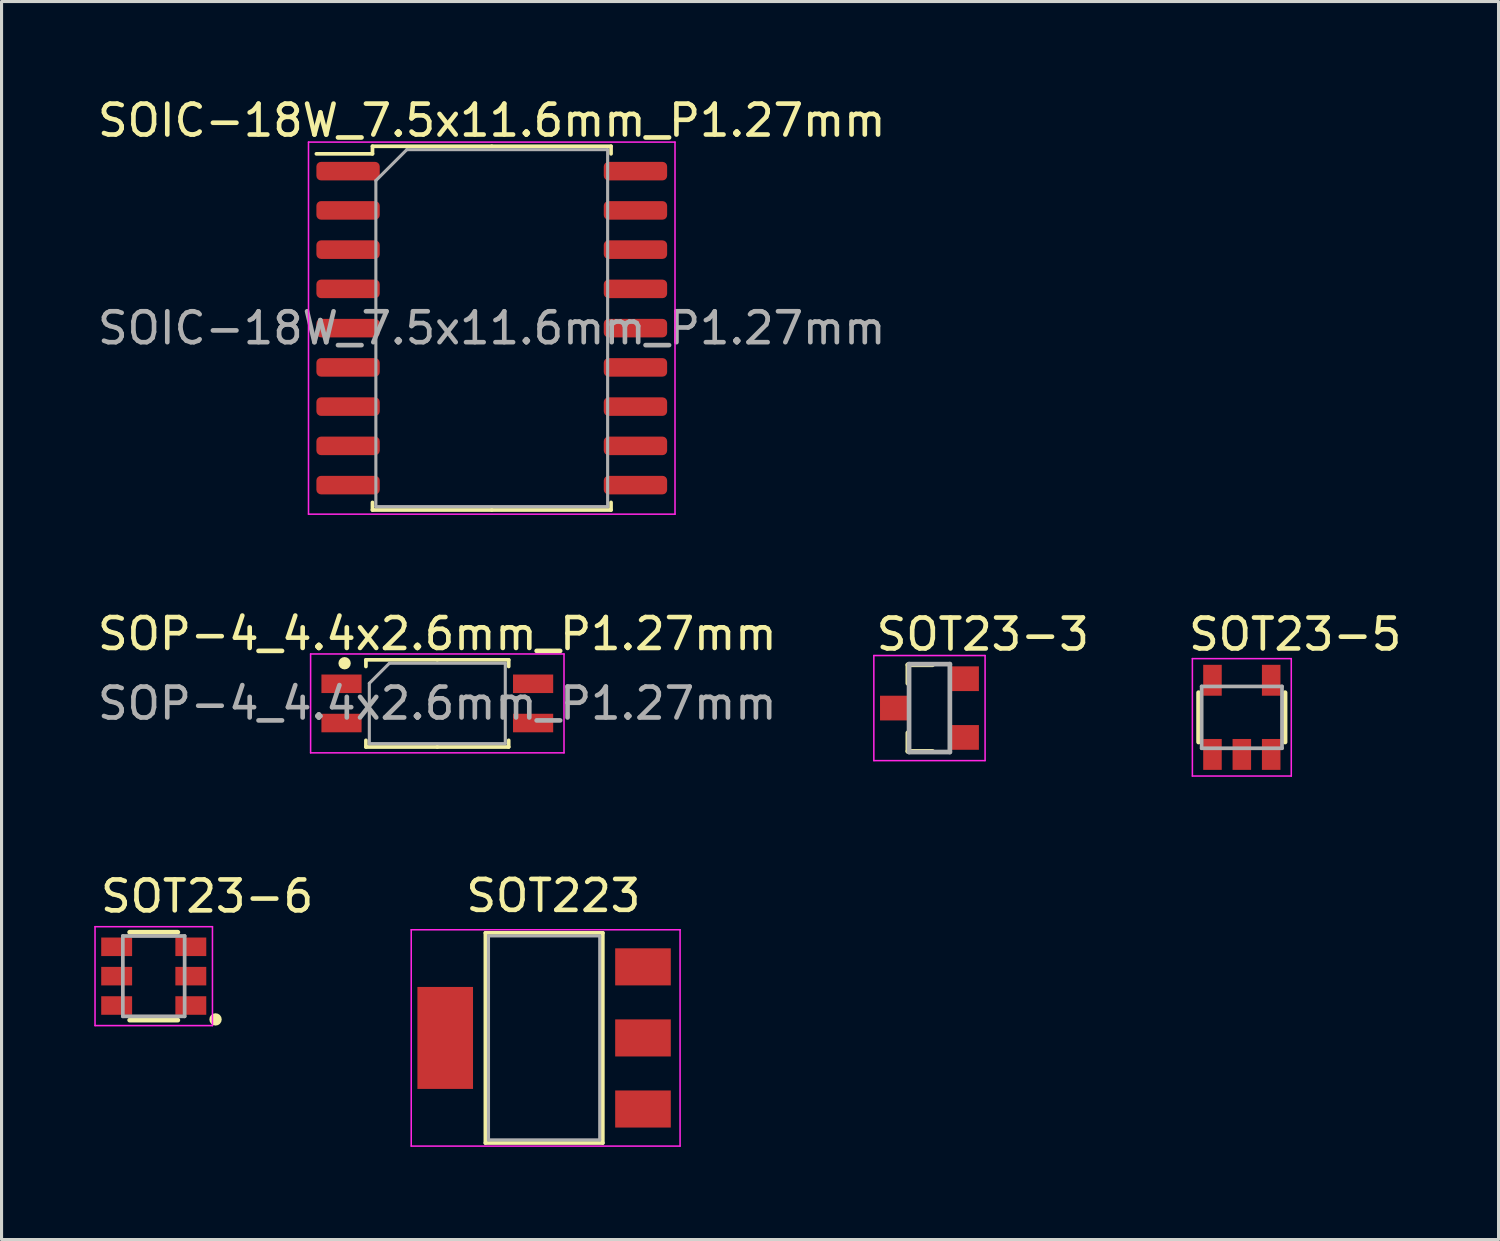
<source format=kicad_pcb>
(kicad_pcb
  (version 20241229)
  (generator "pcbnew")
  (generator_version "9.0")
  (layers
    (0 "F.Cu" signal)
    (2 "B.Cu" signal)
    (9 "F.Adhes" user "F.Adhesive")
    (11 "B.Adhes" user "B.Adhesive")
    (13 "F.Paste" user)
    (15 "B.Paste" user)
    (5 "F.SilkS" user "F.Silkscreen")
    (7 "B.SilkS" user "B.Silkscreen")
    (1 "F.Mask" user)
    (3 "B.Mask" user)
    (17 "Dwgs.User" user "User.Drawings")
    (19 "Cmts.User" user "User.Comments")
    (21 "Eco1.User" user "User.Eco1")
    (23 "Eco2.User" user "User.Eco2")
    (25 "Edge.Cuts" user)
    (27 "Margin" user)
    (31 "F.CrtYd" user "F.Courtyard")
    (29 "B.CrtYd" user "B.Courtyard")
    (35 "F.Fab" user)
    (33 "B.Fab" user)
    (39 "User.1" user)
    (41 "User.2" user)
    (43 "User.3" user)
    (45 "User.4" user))
  (footprint "SOP-4_4.4x2.6mm_P1.27mm"
    (layer "F.Cu")
    (at 11.101 19.712)
    (property "Reference" "SOP-4_4.4x2.6mm_P1.27mm" (at 0 -2.25 0) (layer "F.SilkS") (effects (font (size 1 1) (thickness 0.15))))
    (attr smd)
    (fp_line (start -2.31 -1.41) (end -2.31 -1.195) (stroke (width 0.12) (type solid)) (layer "F.SilkS"))
    (fp_line (start -2.31 1.41) (end -2.31 1.195) (stroke (width 0.12) (type solid)) (layer "F.SilkS"))
    (fp_line (start 0 -1.41) (end -2.31 -1.41) (stroke (width 0.12) (type solid)) (layer "F.SilkS"))
    (fp_line (start 0 -1.41) (end 2.31 -1.41) (stroke (width 0.12) (type solid)) (layer "F.SilkS"))
    (fp_line (start 0 1.41) (end -2.31 1.41) (stroke (width 0.12) (type solid)) (layer "F.SilkS"))
    (fp_line (start 0 1.41) (end 2.31 1.41) (stroke (width 0.12) (type solid)) (layer "F.SilkS"))
    (fp_line (start 2.31 -1.41) (end 2.31 -1.195) (stroke (width 0.12) (type solid)) (layer "F.SilkS"))
    (fp_line (start 2.31 1.41) (end 2.31 1.195) (stroke (width 0.12) (type solid)) (layer "F.SilkS"))
    (fp_circle (center -3 -1.3) (end -2.9 -1.3) (stroke (width 0.2) (type solid)) (fill no) (layer "F.SilkS"))
    (fp_line (start -4.1 -1.6) (end -4.1 1.6) (stroke (width 0.05) (type solid)) (layer "F.CrtYd"))
    (fp_line (start -4.1 1.6) (end 4.1 1.6) (stroke (width 0.05) (type solid)) (layer "F.CrtYd"))
    (fp_line (start 4.1 -1.6) (end -4.1 -1.6) (stroke (width 0.05) (type solid)) (layer "F.CrtYd"))
    (fp_line (start 4.1 1.6) (end 4.1 -1.6) (stroke (width 0.05) (type solid)) (layer "F.CrtYd"))
    (fp_line (start -2.2 -0.65) (end -1.55 -1.3) (stroke (width 0.1) (type solid)) (layer "F.Fab"))
    (fp_line (start -2.2 1.3) (end -2.2 -0.65) (stroke (width 0.1) (type solid)) (layer "F.Fab"))
    (fp_line (start -1.55 -1.3) (end 2.2 -1.3) (stroke (width 0.1) (type solid)) (layer "F.Fab"))
    (fp_line (start 2.2 -1.3) (end 2.2 1.3) (stroke (width 0.1) (type solid)) (layer "F.Fab"))
    (fp_line (start 2.2 1.3) (end -2.2 1.3) (stroke (width 0.1) (type solid)) (layer "F.Fab"))
    (fp_text user "${REFERENCE}" (at 0 0 0) (layer "F.Fab") (effects (font (size 1 1) (thickness 0.15))))
    (pad "1" smd rect (at -3.1 -0.635) (size 1.3 0.6) (layers "F.Cu" "F.Mask" "F.Paste"))
    (pad "2" smd rect (at -3.1 0.635) (size 1.3 0.6) (layers "F.Cu" "F.Mask" "F.Paste"))
    (pad "3" smd rect (at 3.1 0.635) (size 1.3 0.6) (layers "F.Cu" "F.Mask" "F.Paste"))
    (pad "4" smd rect (at 3.1 -0.635) (size 1.3 0.6) (layers "F.Cu" "F.Mask" "F.Paste")))
  (footprint "SOT23-5"
    (layer "F.Cu")
    (at 37.135 20.163)
    (property "Reference" "SOT23-5" (at -1.8 -2.1 180) (layer "F.SilkS") (effects (font (size 1 1) (thickness 0.15)) (justify left bottom)))
    (attr through_hole)
    (fp_line (start -1.4 0.8) (end -1.4 -0.8) (stroke (width 0.15) (type solid)) (layer "F.SilkS"))
    (fp_line (start 1.4 -0.8) (end 1.4 0.8) (stroke (width 0.15) (type solid)) (layer "F.SilkS"))
    (fp_line (start -1.6 -1.9) (end -1.6 1.9) (stroke (width 0.05) (type solid)) (layer "F.CrtYd"))
    (fp_line (start -1.6 -1.9) (end 1.6 -1.9) (stroke (width 0.05) (type solid)) (layer "F.CrtYd"))
    (fp_line (start 1.6 -1.9) (end 1.6 1.9) (stroke (width 0.05) (type solid)) (layer "F.CrtYd"))
    (fp_line (start 1.6 1.9) (end -1.6 1.9) (stroke (width 0.05) (type solid)) (layer "F.CrtYd"))
    (fp_line (start -1.3 -1) (end 1.3 -1) (stroke (width 0.12) (type solid)) (layer "F.Fab"))
    (fp_line (start -1.3 1) (end -1.3 -1) (stroke (width 0.12) (type solid)) (layer "F.Fab"))
    (fp_line (start 1.3 -1) (end 1.3 1) (stroke (width 0.12) (type solid)) (layer "F.Fab"))
    (fp_line (start 1.3 1) (end -1.3 1) (stroke (width 0.12) (type solid)) (layer "F.Fab"))
    (pad "1" smd rect (at -0.95 1.2) (size 0.6 1) (layers "F.Cu" "F.Mask" "F.Paste"))
    (pad "2" smd rect (at 0 1.2) (size 0.6 1) (layers "F.Cu" "F.Mask" "F.Paste"))
    (pad "3" smd rect (at 0.95 1.2) (size 0.6 1) (layers "F.Cu" "F.Mask" "F.Paste"))
    (pad "4" smd rect (at 0.95 -1.2) (size 0.6 1) (layers "F.Cu" "F.Mask" "F.Paste"))
    (pad "5" smd rect (at -0.95 -1.2) (size 0.6 1) (layers "F.Cu" "F.Mask" "F.Paste")))
  (footprint "SOT23-3"
    (layer "F.Cu")
    (at 27.027 19.863)
    (property "Reference" "SOT23-3" (at -1.8 -1.8 180) (layer "F.SilkS") (effects (font (size 1 1) (thickness 0.15)) (justify left bottom)))
    (attr smd)
    (fp_line (start -0.7 -1.4) (end 0.1 -1.4) (stroke (width 0.15) (type solid)) (layer "F.SilkS"))
    (fp_line (start -0.7 -0.8) (end -0.7 -1.4) (stroke (width 0.15) (type solid)) (layer "F.SilkS"))
    (fp_line (start -0.7 0.8) (end -0.7 1.4) (stroke (width 0.15) (type solid)) (layer "F.SilkS"))
    (fp_line (start -0.7 1.4) (end 0.1 1.4) (stroke (width 0.15) (type solid)) (layer "F.SilkS"))
    (fp_line (start -1.8 -1.7) (end 1.8 -1.7) (stroke (width 0.05) (type solid)) (layer "F.CrtYd"))
    (fp_line (start -1.8 1.7) (end -1.8 -1.7) (stroke (width 0.05) (type solid)) (layer "F.CrtYd"))
    (fp_line (start 1.8 -1.7) (end 1.8 1.7) (stroke (width 0.05) (type solid)) (layer "F.CrtYd"))
    (fp_line (start 1.8 1.7) (end -1.8 1.7) (stroke (width 0.05) (type solid)) (layer "F.CrtYd"))
    (fp_line (start -0.66 -1.422) (end 0.66 -1.422) (stroke (width 0.152) (type solid)) (layer "F.Fab"))
    (fp_line (start -0.66 1.422) (end -0.66 -1.422) (stroke (width 0.152) (type solid)) (layer "F.Fab"))
    (fp_line (start 0.66 -1.422) (end 0.66 1.422) (stroke (width 0.152) (type solid)) (layer "F.Fab"))
    (fp_line (start 0.66 1.422) (end -0.66 1.422) (stroke (width 0.152) (type solid)) (layer "F.Fab"))
    (pad "1" smd rect (at 1.1 0.95 90) (size 0.8 1) (layers "F.Cu" "F.Mask" "F.Paste"))
    (pad "2" smd rect (at 1.1 -0.95 90) (size 0.8 1) (layers "F.Cu" "F.Mask" "F.Paste"))
    (pad "3" smd rect (at -1.1 0 90) (size 0.8 1) (layers "F.Cu" "F.Mask" "F.Paste")))
  (footprint "SOIC-18W_7.5x11.6mm_P1.27mm"
    (layer "F.Cu")
    (at 12.863 7.568)
    (property "Reference" "SOIC-18W_7.5x11.6mm_P1.27mm" (at 0 -6.72 0) (layer "F.SilkS") (effects (font (size 1 1) (thickness 0.15))))
    (attr smd)
    (fp_line (start -3.86 -5.885) (end -3.86 -5.64) (stroke (width 0.12) (type solid)) (layer "F.SilkS"))
    (fp_line (start -3.86 -5.64) (end -5.675 -5.64) (stroke (width 0.12) (type solid)) (layer "F.SilkS"))
    (fp_line (start -3.86 5.885) (end -3.86 5.64) (stroke (width 0.12) (type solid)) (layer "F.SilkS"))
    (fp_line (start 0 -5.885) (end -3.86 -5.885) (stroke (width 0.12) (type solid)) (layer "F.SilkS"))
    (fp_line (start 0 -5.885) (end 3.86 -5.885) (stroke (width 0.12) (type solid)) (layer "F.SilkS"))
    (fp_line (start 0 5.885) (end -3.86 5.885) (stroke (width 0.12) (type solid)) (layer "F.SilkS"))
    (fp_line (start 0 5.885) (end 3.86 5.885) (stroke (width 0.12) (type solid)) (layer "F.SilkS"))
    (fp_line (start 3.86 -5.885) (end 3.86 -5.64) (stroke (width 0.12) (type solid)) (layer "F.SilkS"))
    (fp_line (start 3.86 5.885) (end 3.86 5.64) (stroke (width 0.12) (type solid)) (layer "F.SilkS"))
    (fp_line (start -5.93 -6.02) (end -5.93 6.02) (stroke (width 0.05) (type solid)) (layer "F.CrtYd"))
    (fp_line (start -5.93 6.02) (end 5.93 6.02) (stroke (width 0.05) (type solid)) (layer "F.CrtYd"))
    (fp_line (start 5.93 -6.02) (end -5.93 -6.02) (stroke (width 0.05) (type solid)) (layer "F.CrtYd"))
    (fp_line (start 5.93 6.02) (end 5.93 -6.02) (stroke (width 0.05) (type solid)) (layer "F.CrtYd"))
    (fp_line (start -3.75 -4.775) (end -2.75 -5.775) (stroke (width 0.1) (type solid)) (layer "F.Fab"))
    (fp_line (start -3.75 5.775) (end -3.75 -4.775) (stroke (width 0.1) (type solid)) (layer "F.Fab"))
    (fp_line (start -2.75 -5.775) (end 3.75 -5.775) (stroke (width 0.1) (type solid)) (layer "F.Fab"))
    (fp_line (start 3.75 -5.775) (end 3.75 5.775) (stroke (width 0.1) (type solid)) (layer "F.Fab"))
    (fp_line (start 3.75 5.775) (end -3.75 5.775) (stroke (width 0.1) (type solid)) (layer "F.Fab"))
    (fp_text user "${REFERENCE}" (at 0 0 0) (layer "F.Fab") (effects (font (size 1 1) (thickness 0.15))))
    (pad "1" smd roundrect (at -4.65 -5.08) (size 2.05 0.6) (layers "F.Cu" "F.Mask" "F.Paste") (roundrect_rratio 0.25))
    (pad "2" smd roundrect (at -4.65 -3.81) (size 2.05 0.6) (layers "F.Cu" "F.Mask" "F.Paste") (roundrect_rratio 0.25))
    (pad "3" smd roundrect (at -4.65 -2.54) (size 2.05 0.6) (layers "F.Cu" "F.Mask" "F.Paste") (roundrect_rratio 0.25))
    (pad "4" smd roundrect (at -4.65 -1.27) (size 2.05 0.6) (layers "F.Cu" "F.Mask" "F.Paste") (roundrect_rratio 0.25))
    (pad "5" smd roundrect (at -4.65 0) (size 2.05 0.6) (layers "F.Cu" "F.Mask" "F.Paste") (roundrect_rratio 0.25))
    (pad "6" smd roundrect (at -4.65 1.27) (size 2.05 0.6) (layers "F.Cu" "F.Mask" "F.Paste") (roundrect_rratio 0.25))
    (pad "7" smd roundrect (at -4.65 2.54) (size 2.05 0.6) (layers "F.Cu" "F.Mask" "F.Paste") (roundrect_rratio 0.25))
    (pad "8" smd roundrect (at -4.65 3.81) (size 2.05 0.6) (layers "F.Cu" "F.Mask" "F.Paste") (roundrect_rratio 0.25))
    (pad "9" smd roundrect (at -4.65 5.08) (size 2.05 0.6) (layers "F.Cu" "F.Mask" "F.Paste") (roundrect_rratio 0.25))
    (pad "10" smd roundrect (at 4.65 5.08) (size 2.05 0.6) (layers "F.Cu" "F.Mask" "F.Paste") (roundrect_rratio 0.25))
    (pad "11" smd roundrect (at 4.65 3.81) (size 2.05 0.6) (layers "F.Cu" "F.Mask" "F.Paste") (roundrect_rratio 0.25))
    (pad "12" smd roundrect (at 4.65 2.54) (size 2.05 0.6) (layers "F.Cu" "F.Mask" "F.Paste") (roundrect_rratio 0.25))
    (pad "13" smd roundrect (at 4.65 1.27) (size 2.05 0.6) (layers "F.Cu" "F.Mask" "F.Paste") (roundrect_rratio 0.25))
    (pad "14" smd roundrect (at 4.65 0) (size 2.05 0.6) (layers "F.Cu" "F.Mask" "F.Paste") (roundrect_rratio 0.25))
    (pad "15" smd roundrect (at 4.65 -1.27) (size 2.05 0.6) (layers "F.Cu" "F.Mask" "F.Paste") (roundrect_rratio 0.25))
    (pad "16" smd roundrect (at 4.65 -2.54) (size 2.05 0.6) (layers "F.Cu" "F.Mask" "F.Paste") (roundrect_rratio 0.25))
    (pad "17" smd roundrect (at 4.65 -3.81) (size 2.05 0.6) (layers "F.Cu" "F.Mask" "F.Paste") (roundrect_rratio 0.25))
    (pad "18" smd roundrect (at 4.65 -5.08) (size 2.05 0.6) (layers "F.Cu" "F.Mask" "F.Paste") (roundrect_rratio 0.25)))
  (footprint "SOT223"
    (layer "F.Cu")
    (at 14.557 30.537)
    (property "Reference" "SOT223" (at 0.3 -4.6 180) (layer "F.SilkS") (effects (font (size 1 1) (thickness 0.15))))
    (attr smd)
    (fp_line (start -1.9 -3.4) (end 1.9 -3.4) (stroke (width 0.12) (type solid)) (layer "F.SilkS"))
    (fp_line (start -1.9 3.4) (end -1.9 -3.4) (stroke (width 0.12) (type solid)) (layer "F.SilkS"))
    (fp_line (start -1.9 3.4) (end 1.9 3.4) (stroke (width 0.12) (type solid)) (layer "F.SilkS"))
    (fp_line (start 1.9 3.4) (end 1.9 -3.4) (stroke (width 0.12) (type solid)) (layer "F.SilkS"))
    (fp_line (start -4.3 -3.5) (end 4.4 -3.5) (stroke (width 0.05) (type solid)) (layer "F.CrtYd"))
    (fp_line (start -4.3 3.5) (end -4.3 -3.5) (stroke (width 0.05) (type solid)) (layer "F.CrtYd"))
    (fp_line (start 4.4 -3.5) (end 4.4 3.5) (stroke (width 0.05) (type solid)) (layer "F.CrtYd"))
    (fp_line (start 4.4 3.5) (end -4.3 3.5) (stroke (width 0.05) (type solid)) (layer "F.CrtYd"))
    (fp_line (start -1.8 -3.3) (end 1.8 -3.3) (stroke (width 0.1) (type solid)) (layer "F.Fab"))
    (fp_line (start -1.8 3.3) (end -1.8 -3.3) (stroke (width 0.1) (type solid)) (layer "F.Fab"))
    (fp_line (start 1.8 -3.3) (end 1.8 3.3) (stroke (width 0.1) (type solid)) (layer "F.Fab"))
    (fp_line (start 1.8 3.3) (end -1.8 3.3) (stroke (width 0.1) (type solid)) (layer "F.Fab"))
    (pad "1" smd rect (at 3.2 2.3 90) (size 1.2 1.8) (layers "F.Cu" "F.Mask" "F.Paste"))
    (pad "2" smd rect (at 3.2 -2.3 90) (size 1.2 1.8) (layers "F.Cu" "F.Mask" "F.Paste"))
    (pad "3" smd rect (at -3.2 0 90) (size 3.3 1.8) (layers "F.Cu" "F.Mask" "F.Paste"))
    (pad "3" smd rect (at 3.2 0 90) (size 1.2 1.8) (layers "F.Cu" "F.Mask" "F.Paste")))
  (footprint "SOT23-6"
    (layer "F.Cu")
    (at 1.925 28.538)
    (property "Reference" "SOT23-6" (at -1.8 -2 180) (layer "F.SilkS") (effects (font (size 1 1) (thickness 0.15)) (justify left bottom)))
    (attr through_hole)
    (fp_line (start -0.781 -1.422) (end 0.781 -1.422) (stroke (width 0.15) (type solid)) (layer "F.SilkS"))
    (fp_line (start 0.781 1.423) (end -0.781 1.423) (stroke (width 0.15) (type solid)) (layer "F.SilkS"))
    (fp_circle (center 2 1.4) (end 2 1.3) (stroke (width 0.2) (type solid)) (fill no) (layer "F.SilkS"))
    (fp_line (start -1.9 -1.6) (end 1.9 -1.6) (stroke (width 0.05) (type solid)) (layer "F.CrtYd"))
    (fp_line (start -1.9 1.6) (end -1.9 -1.6) (stroke (width 0.05) (type solid)) (layer "F.CrtYd"))
    (fp_line (start -1.9 1.6) (end 1.9 1.6) (stroke (width 0.05) (type solid)) (layer "F.CrtYd"))
    (fp_line (start 1.9 -1.6) (end 1.9 1.6) (stroke (width 0.05) (type solid)) (layer "F.CrtYd"))
    (fp_line (start -1 -1.3) (end 1 -1.3) (stroke (width 0.12) (type solid)) (layer "F.Fab"))
    (fp_line (start -1 1.3) (end -1 -1.3) (stroke (width 0.12) (type solid)) (layer "F.Fab"))
    (fp_line (start 1 -1.3) (end 1 1.3) (stroke (width 0.12) (type solid)) (layer "F.Fab"))
    (fp_line (start 1 1.3) (end -1 1.3) (stroke (width 0.12) (type solid)) (layer "F.Fab"))
    (pad "1" smd rect (at 1.2 0.95 90) (size 0.6 1) (layers "F.Cu" "F.Mask" "F.Paste"))
    (pad "2" smd rect (at 1.2 0 90) (size 0.6 1) (layers "F.Cu" "F.Mask" "F.Paste"))
    (pad "3" smd rect (at 1.2 -0.95 90) (size 0.6 1) (layers "F.Cu" "F.Mask" "F.Paste"))
    (pad "4" smd rect (at -1.2 -0.95 90) (size 0.6 1) (layers "F.Cu" "F.Mask" "F.Paste"))
    (pad "5" smd rect (at -1.2 0 90) (size 0.6 1) (layers "F.Cu" "F.Mask" "F.Paste"))
    (pad "6" smd rect (at -1.2 0.95 90) (size 0.6 1) (layers "F.Cu" "F.Mask" "F.Paste")))
  (gr_rect
    (start -3 -3)
    (end 45.442 37.062)
    (stroke (width 0.1) (type default))
    (fill no)
    (layer "Edge.Cuts")))
</source>
